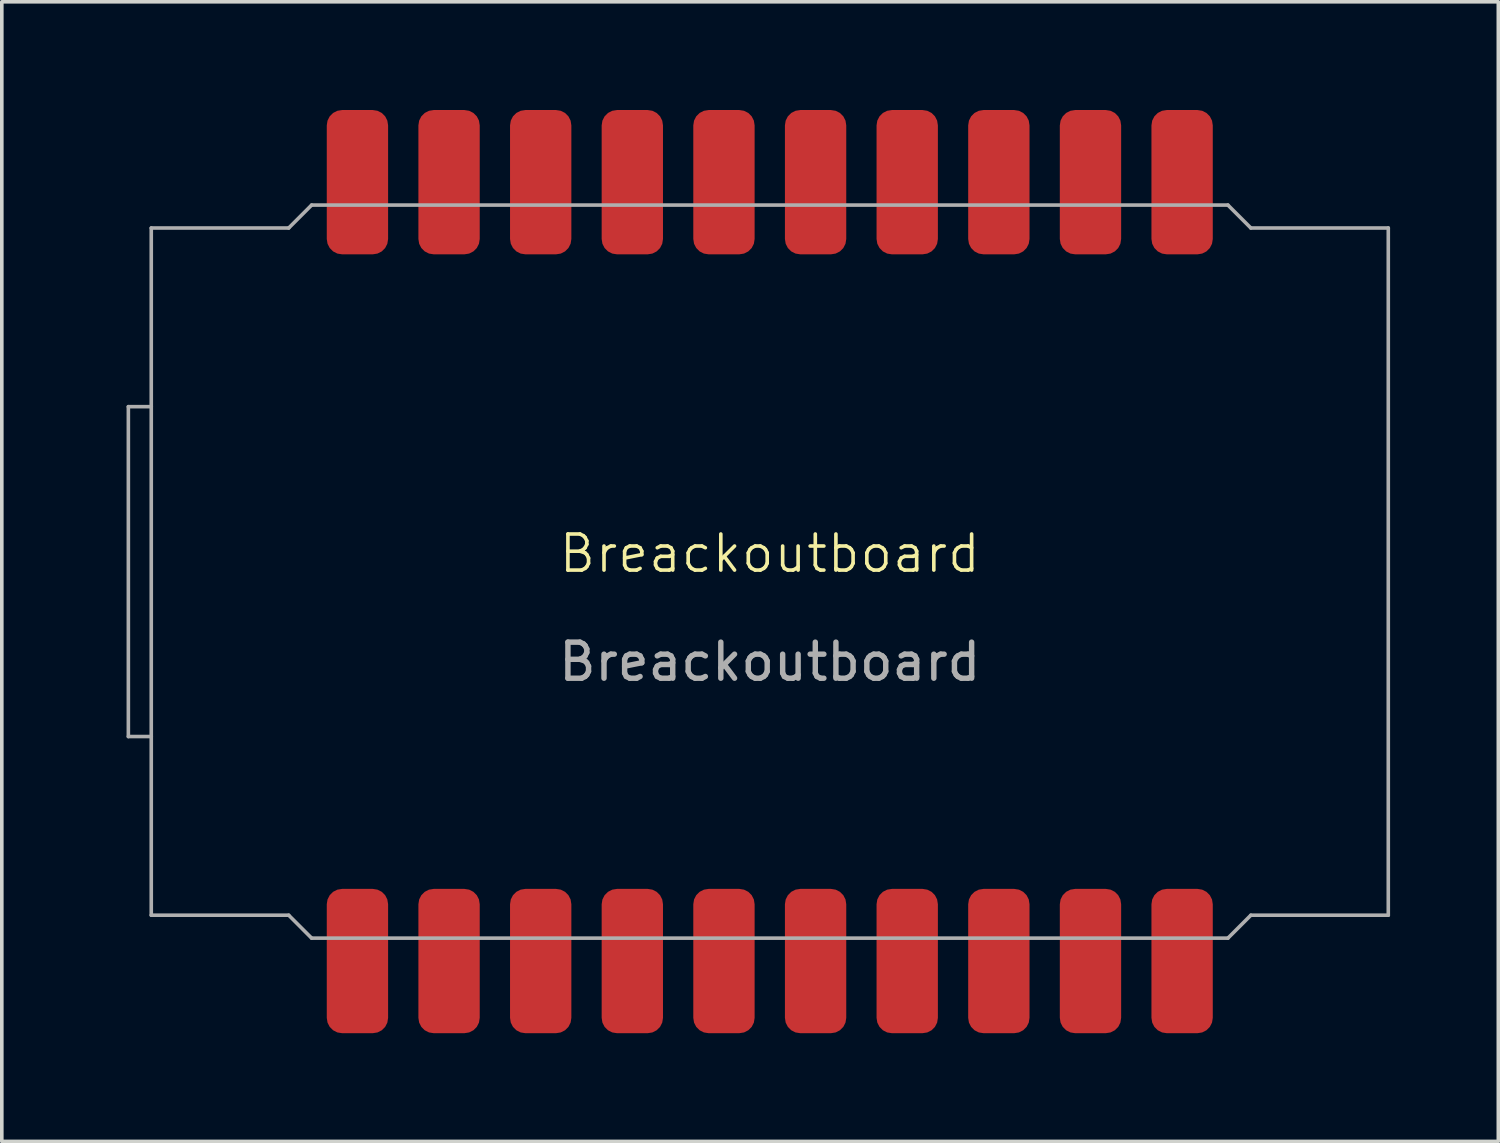
<source format=kicad_pcb>
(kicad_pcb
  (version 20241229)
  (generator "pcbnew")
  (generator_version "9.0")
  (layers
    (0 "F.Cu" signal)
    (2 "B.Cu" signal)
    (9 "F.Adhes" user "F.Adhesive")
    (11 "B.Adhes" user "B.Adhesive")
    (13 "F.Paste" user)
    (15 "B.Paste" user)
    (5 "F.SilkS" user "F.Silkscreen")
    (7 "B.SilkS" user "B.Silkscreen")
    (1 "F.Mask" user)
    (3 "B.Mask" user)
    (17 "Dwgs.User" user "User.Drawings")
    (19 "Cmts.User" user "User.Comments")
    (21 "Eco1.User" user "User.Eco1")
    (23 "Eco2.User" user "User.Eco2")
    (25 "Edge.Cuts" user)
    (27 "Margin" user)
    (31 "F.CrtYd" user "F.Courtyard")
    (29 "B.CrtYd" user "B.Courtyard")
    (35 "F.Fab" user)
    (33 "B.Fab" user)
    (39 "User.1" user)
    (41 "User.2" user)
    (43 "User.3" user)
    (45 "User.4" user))
  (footprint "Breackoutboard"
    (layer "F.Cu")
    (at 18.288 12.795)
    (property "Reference" "Breackoutboard" (at 0 -0.5 0) (unlocked yes) (layer "F.SilkS") (effects (font (size 1 1) (thickness 0.1))))
    (attr smd)
    (fp_line (start -17.78 -4.572) (end -17.78 4.572) (stroke (width 0.1) (type default)) (layer "F.Fab"))
    (fp_line (start -17.78 -4.572) (end -17.145 -4.572) (stroke (width 0.1) (type default)) (layer "F.Fab"))
    (fp_line (start -17.78 4.572) (end -17.145 4.572) (stroke (width 0.1) (type default)) (layer "F.Fab"))
    (fp_line (start -17.145 9.525) (end -17.145 -9.525) (stroke (width 0.1) (type default)) (layer "F.Fab"))
    (fp_line (start -13.335 -9.525) (end -17.145 -9.525) (stroke (width 0.1) (type default)) (layer "F.Fab"))
    (fp_line (start -13.335 9.525) (end -17.145 9.525) (stroke (width 0.1) (type default)) (layer "F.Fab"))
    (fp_line (start -12.7 -10.16) (end -13.335 -9.525) (stroke (width 0.1) (type default)) (layer "F.Fab"))
    (fp_line (start -12.7 10.16) (end -13.335 9.525) (stroke (width 0.1) (type default)) (layer "F.Fab"))
    (fp_line (start -12.7 10.16) (end 12.7 10.16) (stroke (width 0.1) (type default)) (layer "F.Fab"))
    (fp_line (start 12.7 -10.16) (end -12.7 -10.16) (stroke (width 0.1) (type default)) (layer "F.Fab"))
    (fp_line (start 12.7 -10.16) (end 13.335 -9.525) (stroke (width 0.1) (type default)) (layer "F.Fab"))
    (fp_line (start 12.7 10.16) (end 13.335 9.525) (stroke (width 0.1) (type default)) (layer "F.Fab"))
    (fp_line (start 13.335 -9.525) (end 17.145 -9.525) (stroke (width 0.1) (type default)) (layer "F.Fab"))
    (fp_line (start 13.335 9.525) (end 17.145 9.525) (stroke (width 0.1) (type default)) (layer "F.Fab"))
    (fp_line (start 17.145 -9.525) (end 17.145 9.525) (stroke (width 0.1) (type default)) (layer "F.Fab"))
    (fp_text user "${REFERENCE}" (at 0 2.5 0) (unlocked yes) (layer "F.Fab") (effects (font (size 1 1) (thickness 0.15))))
    (pad "1" smd roundrect (at -11.43 10.795 270) (size 4 1.7) (layers "F.Cu" "F.Mask" "F.Paste") (roundrect_rratio 0.25))
    (pad "2" smd roundrect (at -8.89 10.795 270) (size 4 1.7) (layers "F.Cu" "F.Mask" "F.Paste") (roundrect_rratio 0.25))
    (pad "3" smd roundrect (at -6.35 10.795 270) (size 4 1.7) (layers "F.Cu" "F.Mask" "F.Paste") (roundrect_rratio 0.25))
    (pad "4" smd roundrect (at -3.81 10.795 270) (size 4 1.7) (layers "F.Cu" "F.Mask" "F.Paste") (roundrect_rratio 0.25))
    (pad "5" smd roundrect (at -1.27 10.795 270) (size 4 1.7) (layers "F.Cu" "F.Mask" "F.Paste") (roundrect_rratio 0.25))
    (pad "6" smd roundrect (at 1.27 10.795 270) (size 4 1.7) (layers "F.Cu" "F.Mask" "F.Paste") (roundrect_rratio 0.25))
    (pad "7" smd roundrect (at 3.81 10.795 270) (size 4 1.7) (layers "F.Cu" "F.Mask" "F.Paste") (roundrect_rratio 0.25))
    (pad "8" smd roundrect (at 6.35 10.795 270) (size 4 1.7) (layers "F.Cu" "F.Mask" "F.Paste") (roundrect_rratio 0.25))
    (pad "9" smd roundrect (at 8.89 10.795 270) (size 4 1.7) (layers "F.Cu" "F.Mask" "F.Paste") (roundrect_rratio 0.25))
    (pad "10" smd roundrect (at 11.43 10.795 270) (size 4 1.7) (layers "F.Cu" "F.Mask" "F.Paste") (roundrect_rratio 0.25))
    (pad "11" smd roundrect (at -11.43 -10.795 270) (size 4 1.7) (layers "F.Cu" "F.Mask" "F.Paste") (roundrect_rratio 0.25))
    (pad "12" smd roundrect (at -8.89 -10.795 270) (size 4 1.7) (layers "F.Cu" "F.Mask" "F.Paste") (roundrect_rratio 0.25))
    (pad "13" smd roundrect (at -6.35 -10.795 270) (size 4 1.7) (layers "F.Cu" "F.Mask" "F.Paste") (roundrect_rratio 0.25))
    (pad "14" smd roundrect (at -3.81 -10.795 270) (size 4 1.7) (layers "F.Cu" "F.Mask" "F.Paste") (roundrect_rratio 0.25))
    (pad "15" smd roundrect (at -1.27 -10.795 270) (size 4 1.7) (layers "F.Cu" "F.Mask" "F.Paste") (roundrect_rratio 0.25))
    (pad "16" smd roundrect (at 1.27 -10.795 270) (size 4 1.7) (layers "F.Cu" "F.Mask" "F.Paste") (roundrect_rratio 0.25))
    (pad "17" smd roundrect (at 3.81 -10.795 270) (size 4 1.7) (layers "F.Cu" "F.Mask" "F.Paste") (roundrect_rratio 0.25))
    (pad "18" smd roundrect (at 6.35 -10.795 270) (size 4 1.7) (layers "F.Cu" "F.Mask" "F.Paste") (roundrect_rratio 0.25))
    (pad "19" smd roundrect (at 8.89 -10.795 270) (size 4 1.7) (layers "F.Cu" "F.Mask" "F.Paste") (roundrect_rratio 0.25))
    (pad "20" smd roundrect (at 11.43 -10.795 270) (size 4 1.7) (layers "F.Cu" "F.Mask" "F.Paste") (roundrect_rratio 0.25))
    (zone (net_name "") (layers "F.Cu" "B.Cu" "F.Paste") (name "keepout") (hatch edge 0.5) (connect_pads) (min_thickness 0.25) (filled_areas_thickness no) (keepout (tracks not_allowed) (vias not_allowed) (pads not_allowed) (copperpour allowed) (footprints allowed)) (placement (enabled no)) (fill) (polygon (pts (xy 1.143 3.27) (xy 35.433 3.27) (xy 35.433 22.32) (xy 1.143 22.32) (xy 1.143 17.875) (xy 0 17.875) (xy 0 7.715) (xy 1.143 7.715)))))
  (gr_rect
    (start -3 -3)
    (end 38.483 28.59)
    (stroke (width 0.1) (type default))
    (fill no)
    (layer "Edge.Cuts")))
</source>
